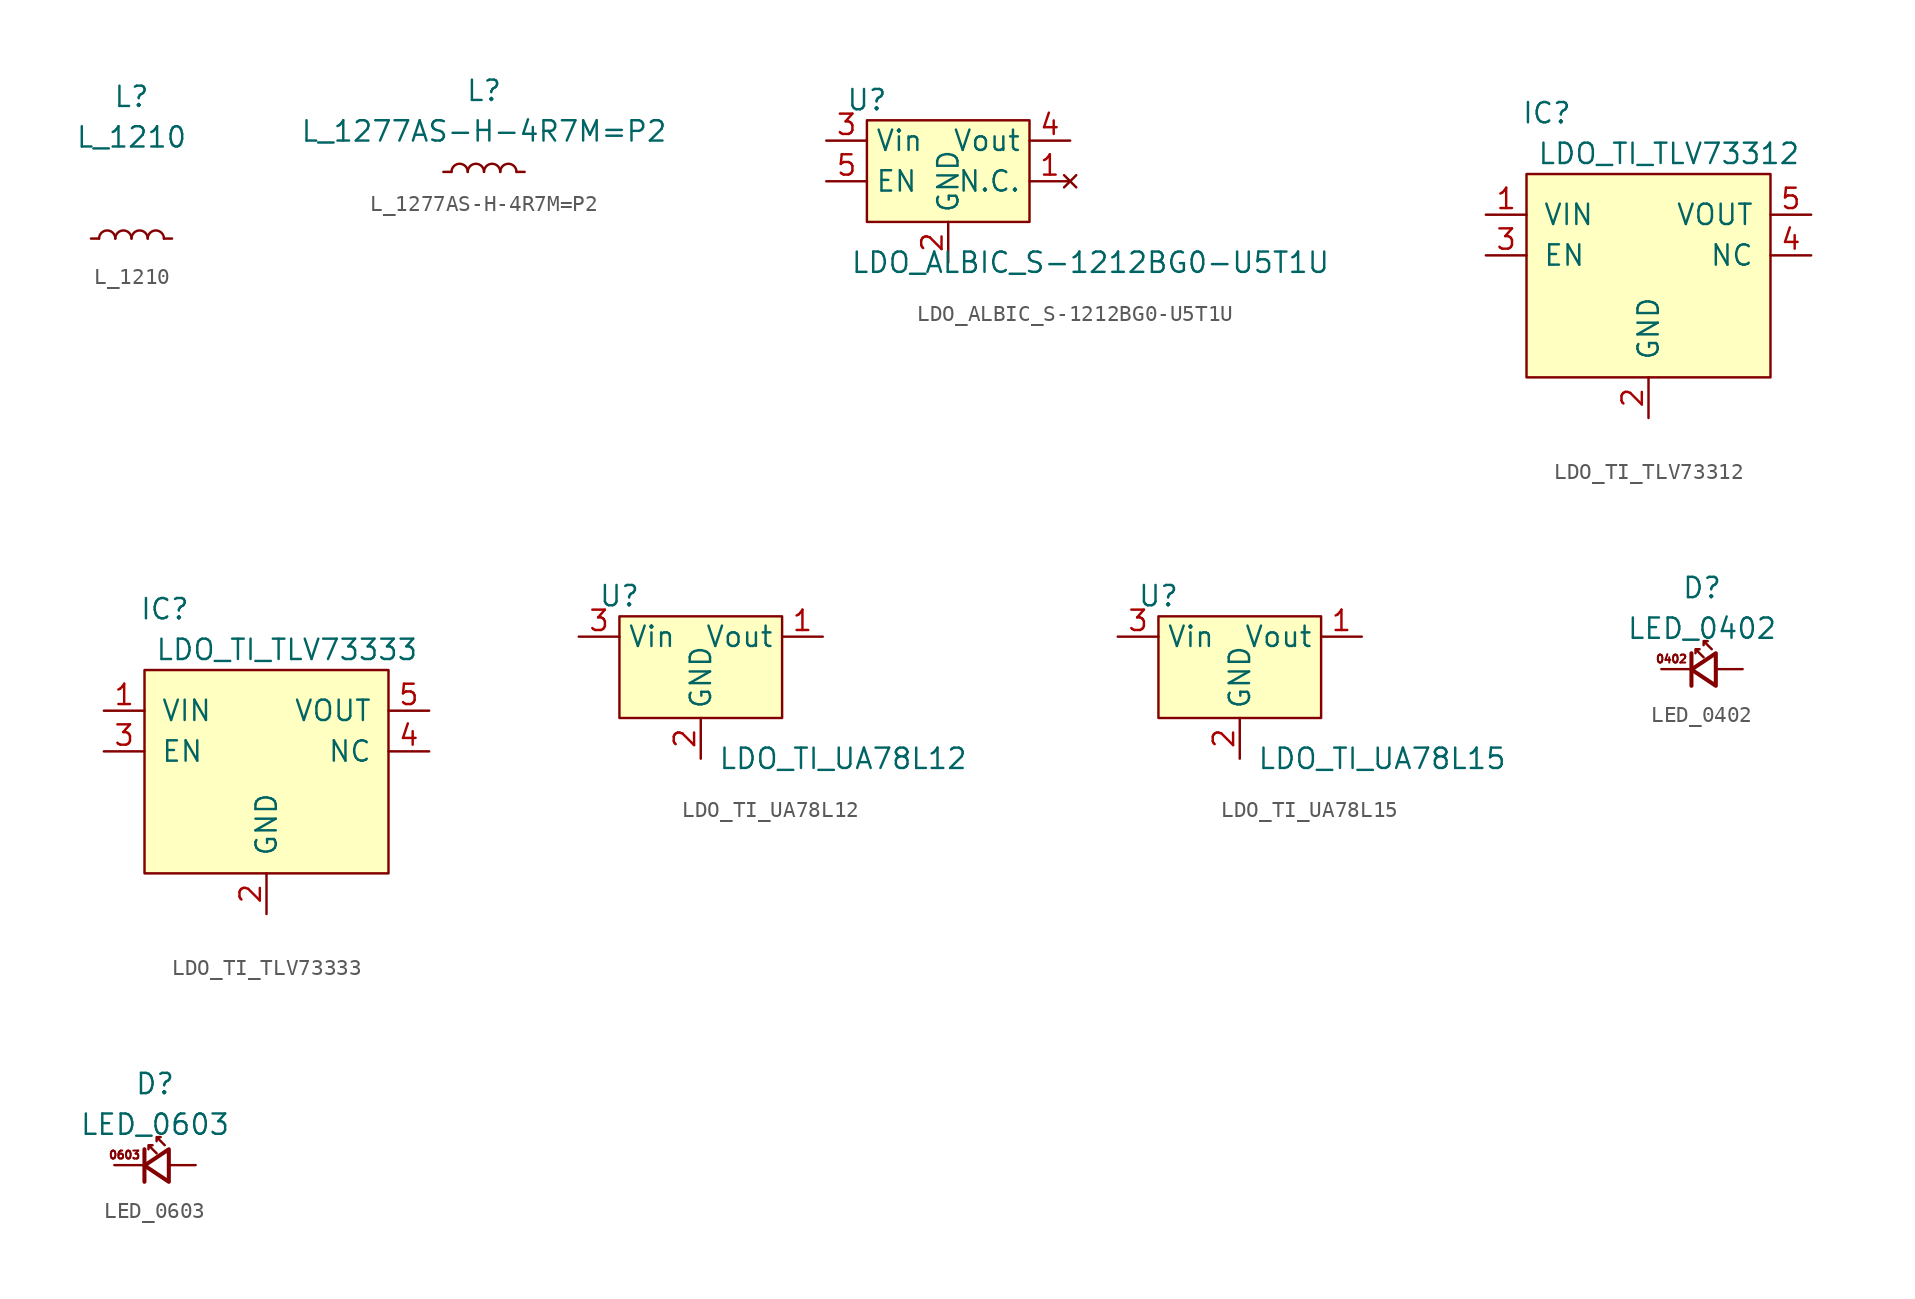
<source format=kicad_sym>
(kicad_symbol_lib
  (version 20211014)
  (generator kicad_symbol_editor)
  (symbol "L_1210"
    (pin_numbers hide)
    (pin_names
      (offset 1.016) hide)
    (property "Reference" "L"
      (at 0 8.89 0)
      (effects (font (size 1.27 1.27))))
    (property "Value" "L_1210"
      (at 0 6.35 0)
      (effects (font (size 1.27 1.27))))
    (property "mouser#" ""
      (at 0 0 0)
      (effects (font (size 1.27 1.27))))
    (symbol "L_1210_1_1"
      (arc (start -1.016 0) (mid -1.524 0.508) (end -2.032 0) (stroke (width 0) (type default) (color 0 0 0 0)) (fill (type none)))
      (arc (start 0 0) (mid -0.508 0.508) (end -1.016 0) (stroke (width 0) (type default) (color 0 0 0 0)) (fill (type none)))
      (arc (start 1.016 0) (mid 0.508 0.508) (end 0 0) (stroke (width 0) (type default) (color 0 0 0 0)) (fill (type none)))
      (arc (start 2.032 0) (mid 1.524 0.508) (end 1.016 0) (stroke (width 0) (type default) (color 0 0 0 0)) (fill (type none)))
      (pin passive line (at -2.54 0 0) (length 0.508) (name "~" (effects (font (size 1.27 1.27)))) (number "1" (effects (font (size 1.27 1.27)))))
      (pin passive line (at 2.54 0 180) (length 0.508) (name "~" (effects (font (size 1.27 1.27)))) (number "2" (effects (font (size 1.27 1.27)))))))
  (symbol "L_1277AS-H-4R7M=P2"
    (pin_numbers hide)
    (pin_names
      (offset 1.016) hide)
    (property "Reference" "L"
      (at 0 5.08 0)
      (effects (font (size 1.27 1.27))))
    (property "Value" "L_1277AS-H-4R7M=P2"
      (at 0 2.54 0)
      (effects (font (size 1.27 1.27))))
    (symbol "L_1277AS-H-4R7M=P2_1_1"
      (arc (start -1.016 0) (mid -1.524 0.508) (end -2.032 0) (stroke (width 0) (type default) (color 0 0 0 0)) (fill (type none)))
      (arc (start 0 0) (mid -0.508 0.508) (end -1.016 0) (stroke (width 0) (type default) (color 0 0 0 0)) (fill (type none)))
      (arc (start 1.016 0) (mid 0.508 0.508) (end 0 0) (stroke (width 0) (type default) (color 0 0 0 0)) (fill (type none)))
      (arc (start 2.032 0) (mid 1.524 0.508) (end 1.016 0) (stroke (width 0) (type default) (color 0 0 0 0)) (fill (type none)))
      (pin passive line (at -2.54 0 0) (length 0.508) (name "~" (effects (font (size 1.27 1.27)))) (number "1" (effects (font (size 1.27 1.27)))))
      (pin passive line (at 2.54 0 180) (length 0.508) (name "~" (effects (font (size 1.27 1.27)))) (number "2" (effects (font (size 1.27 1.27)))))))
  (symbol "LDO_ALBIC_S-1212BG0-U5T1U"
    (property "Reference" "U"
      (at -5.08 3.81 0)
      (effects (font (size 1.27 1.27))))
    (property "Value" "LDO_ALBIC_S-1212BG0-U5T1U"
      (at 8.89 -6.35 0)
      (effects (font (size 1.27 1.27))))
    (symbol "LDO_ALBIC_S-1212BG0-U5T1U_0_1"
      (rectangle (start -5.08 2.54) (end 5.08 -3.81) (stroke (width 0) (type default) (color 0 0 0 0)) (fill (type background))))
    (symbol "LDO_ALBIC_S-1212BG0-U5T1U_1_1"
      (pin no_connect line (at 7.62 -1.27 180) (length 2.54) (name "N.C." (effects (font (size 1.27 1.27)))) (number "1" (effects (font (size 1.27 1.27)))))
      (pin power_in line (at 0 -6.35 90) (length 2.54) (name "GND" (effects (font (size 1.27 1.27)))) (number "2" (effects (font (size 1.27 1.27)))))
      (pin power_in line (at -7.62 1.27 0) (length 2.54) (name "Vin" (effects (font (size 1.27 1.27)))) (number "3" (effects (font (size 1.27 1.27)))))
      (pin power_out line (at 7.62 1.27 180) (length 2.54) (name "Vout" (effects (font (size 1.27 1.27)))) (number "4" (effects (font (size 1.27 1.27)))))
      (pin power_in line (at -7.62 -1.27 0) (length 2.54) (name "EN" (effects (font (size 1.27 1.27)))) (number "5" (effects (font (size 1.27 1.27)))))))
  (symbol "LDO_TI_TLV73312"
    (pin_names
      (offset 1.016))
    (property "Reference" "IC"
      (at -6.35 7.62 0)
      (effects (font (size 1.27 1.27))))
    (property "Value" "LDO_TI_TLV73312"
      (at 1.27 5.08 0)
      (effects (font (size 1.27 1.27))))
    (symbol "LDO_TI_TLV73312_1_1"
      (rectangle (start -7.62 3.81) (end 7.62 -8.89) (stroke (width 0) (type default) (color 0 0 0 0)) (fill (type background)))
      (pin power_in line (at -10.16 1.27 0) (length 2.54) (name "VIN" (effects (font (size 1.27 1.27)))) (number "1" (effects (font (size 1.27 1.27)))))
      (pin power_in line (at 0 -11.43 90) (length 2.54) (name "GND" (effects (font (size 1.27 1.27)))) (number "2" (effects (font (size 1.27 1.27)))))
      (pin input line (at -10.16 -1.27 0) (length 2.54) (name "EN" (effects (font (size 1.27 1.27)))) (number "3" (effects (font (size 1.27 1.27)))))
      (pin passive line (at 10.16 -1.27 180) (length 2.54) (name "NC" (effects (font (size 1.27 1.27)))) (number "4" (effects (font (size 1.27 1.27)))))
      (pin power_out line (at 10.16 1.27 180) (length 2.54) (name "VOUT" (effects (font (size 1.27 1.27)))) (number "5" (effects (font (size 1.27 1.27)))))))
  (symbol "LDO_TI_TLV73333"
    (pin_names
      (offset 1.016))
    (property "Reference" "IC"
      (at -6.35 7.62 0)
      (effects (font (size 1.27 1.27))))
    (property "Value" "LDO_TI_TLV73333"
      (at 1.27 5.08 0)
      (effects (font (size 1.27 1.27))))
    (symbol "LDO_TI_TLV73333_1_1"
      (rectangle (start -7.62 3.81) (end 7.62 -8.89) (stroke (width 0) (type default) (color 0 0 0 0)) (fill (type background)))
      (pin power_in line (at -10.16 1.27 0) (length 2.54) (name "VIN" (effects (font (size 1.27 1.27)))) (number "1" (effects (font (size 1.27 1.27)))))
      (pin power_in line (at 0 -11.43 90) (length 2.54) (name "GND" (effects (font (size 1.27 1.27)))) (number "2" (effects (font (size 1.27 1.27)))))
      (pin input line (at -10.16 -1.27 0) (length 2.54) (name "EN" (effects (font (size 1.27 1.27)))) (number "3" (effects (font (size 1.27 1.27)))))
      (pin passive line (at 10.16 -1.27 180) (length 2.54) (name "NC" (effects (font (size 1.27 1.27)))) (number "4" (effects (font (size 1.27 1.27)))))
      (pin power_out line (at 10.16 1.27 180) (length 2.54) (name "VOUT" (effects (font (size 1.27 1.27)))) (number "5" (effects (font (size 1.27 1.27)))))))
  (symbol "LDO_TI_UA78L12"
    (property "Reference" "U"
      (at -5.08 3.81 0)
      (effects (font (size 1.27 1.27))))
    (property "Value" "LDO_TI_UA78L12"
      (at 8.89 -6.35 0)
      (effects (font (size 1.27 1.27))))
    (symbol "LDO_TI_UA78L12_0_1"
      (rectangle (start -5.08 2.54) (end 5.08 -3.81) (stroke (width 0) (type default) (color 0 0 0 0)) (fill (type background))))
    (symbol "LDO_TI_UA78L12_1_1"
      (pin power_in line (at 7.62 1.27 180) (length 2.54) (name "Vout" (effects (font (size 1.27 1.27)))) (number "1" (effects (font (size 1.27 1.27)))))
      (pin power_in line (at 0 -6.35 90) (length 2.54) (name "GND" (effects (font (size 1.27 1.27)))) (number "2" (effects (font (size 1.27 1.27)))))
      (pin power_in line (at -7.62 1.27 0) (length 2.54) (name "Vin" (effects (font (size 1.27 1.27)))) (number "3" (effects (font (size 1.27 1.27)))))))
  (symbol "LDO_TI_UA78L15"
    (property "Reference" "U"
      (at -5.08 3.81 0)
      (effects (font (size 1.27 1.27))))
    (property "Value" "LDO_TI_UA78L15"
      (at 8.89 -6.35 0)
      (effects (font (size 1.27 1.27))))
    (symbol "LDO_TI_UA78L15_0_1"
      (rectangle (start -5.08 2.54) (end 5.08 -3.81) (stroke (width 0) (type default) (color 0 0 0 0)) (fill (type background))))
    (symbol "LDO_TI_UA78L15_1_1"
      (pin power_out line (at 7.62 1.27 180) (length 2.54) (name "Vout" (effects (font (size 1.27 1.27)))) (number "1" (effects (font (size 1.27 1.27)))))
      (pin power_in line (at 0 -6.35 90) (length 2.54) (name "GND" (effects (font (size 1.27 1.27)))) (number "2" (effects (font (size 1.27 1.27)))))
      (pin power_in line (at -7.62 1.27 0) (length 2.54) (name "Vin" (effects (font (size 1.27 1.27)))) (number "3" (effects (font (size 1.27 1.27)))))))
  (symbol "LED_0402"
    (pin_numbers hide)
    (pin_names
      (offset 1.016) hide)
    (property "Reference" "D"
      (at 0 5.08 0)
      (effects (font (size 1.27 1.27))))
    (property "Value" "LED_0402"
      (at 0 2.54 0)
      (effects (font (size 1.27 1.27))))
    (symbol "LED_0402_0_0"
      (text "0402" (at -1.905 0.635 0) (effects (font (size 0.5 0.5)))))
    (symbol "LED_0402_1_1"
      (polyline (pts (xy -0.66 -1.041) (xy -0.66 0.991)) (stroke (width 0.254) (type default) (color 0 0 0 0)) (fill (type none)))
      (polyline (pts (xy 0.864 -1.041) (xy -0.66 -0.025) (xy 0.864 0.991) (xy 0.864 -1.041)) (stroke (width 0.254) (type default) (color 0 0 0 0)) (fill (type none)))
      (polyline (pts (xy 0.102 0.737) (xy -0.406 1.245) (xy -0.152 1.245) (xy -0.406 1.245) (xy -0.406 0.991)) (stroke (width 0) (type default) (color 0 0 0 0)) (fill (type none)))
      (polyline (pts (xy 0.61 1.245) (xy 0.102 1.753) (xy 0.356 1.753) (xy 0.102 1.753) (xy 0.102 1.499)) (stroke (width 0) (type default) (color 0 0 0 0)) (fill (type none)))
      (pin passive line (at 2.54 0 180) (length 1.6) (name "A" (effects (font (size 1.27 1.27)))) (number "A" (effects (font (size 1.27 1.27)))))
      (pin passive line (at -2.54 0 0) (length 1.778) (name "C" (effects (font (size 1.27 1.27)))) (number "C" (effects (font (size 1.27 1.27)))))))
  (symbol "LED_0603"
    (pin_numbers hide)
    (pin_names
      (offset 1.016) hide)
    (property "Reference" "D"
      (at 0 5.08 0)
      (effects (font (size 1.27 1.27))))
    (property "Value" "LED_0603"
      (at 0 2.54 0)
      (effects (font (size 1.27 1.27))))
    (symbol "LED_0603_0_0"
      (text "0603" (at -1.905 0.635 0) (effects (font (size 0.5 0.5)))))
    (symbol "LED_0603_1_1"
      (polyline (pts (xy -0.66 -1.041) (xy -0.66 0.991)) (stroke (width 0.254) (type default) (color 0 0 0 0)) (fill (type none)))
      (polyline (pts (xy 0.864 -1.041) (xy -0.66 -0.025) (xy 0.864 0.991) (xy 0.864 -1.041)) (stroke (width 0.254) (type default) (color 0 0 0 0)) (fill (type none)))
      (polyline (pts (xy 0.102 0.737) (xy -0.406 1.245) (xy -0.152 1.245) (xy -0.406 1.245) (xy -0.406 0.991)) (stroke (width 0) (type default) (color 0 0 0 0)) (fill (type none)))
      (polyline (pts (xy 0.61 1.245) (xy 0.102 1.753) (xy 0.356 1.753) (xy 0.102 1.753) (xy 0.102 1.499)) (stroke (width 0) (type default) (color 0 0 0 0)) (fill (type none)))
      (pin passive line (at 2.54 0 180) (length 1.6) (name "A" (effects (font (size 1.27 1.27)))) (number "A" (effects (font (size 1.27 1.27)))))
      (pin passive line (at -2.54 0 0) (length 1.778) (name "C" (effects (font (size 1.27 1.27)))) (number "C" (effects (font (size 1.27 1.27))))))))
</source>
